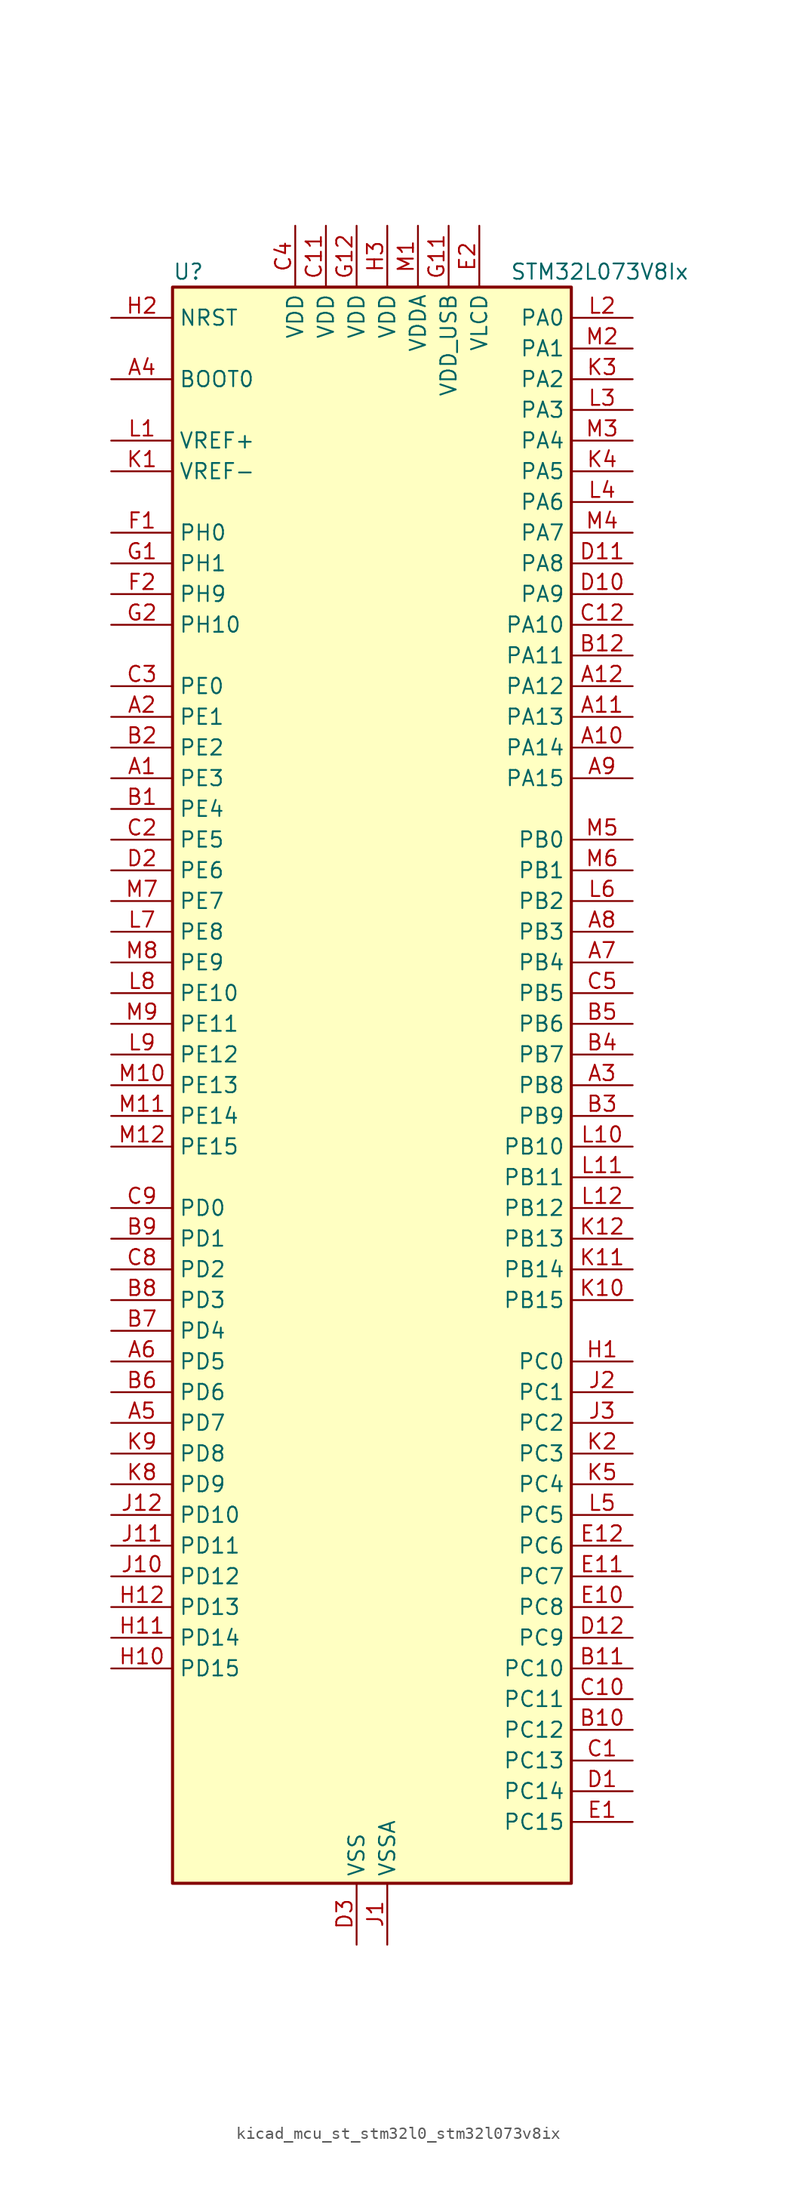
<source format=kicad_sym>
(kicad_symbol_lib
  (version 20220914)
  (generator kicad_symbol_editor)
  (symbol "kicad_mcu_st_stm32l0_stm32l073v8ix"
    (property "Reference" "U"
      (at -15.24 67.31 0)
      (effects (font (size 1.27 1.27)) (justify left)))
    (property "Value" "STM32L073V8Ix"
      (at 12.7 67.31 0)
      (effects (font (size 1.27 1.27)) (justify left)))
    (property "ki_locked" ""
      (at 0 0 0)
      (effects (font (size 1.27 1.27))))
    (symbol "kicad_mcu_st_stm32l0_stm32l073v8ix_0_1"
      (rectangle (start -15.24 -66.04) (end 17.78 66.04) (stroke (width 0.254) (type default)) (fill (type background))))
    (symbol "kicad_mcu_st_stm32l0_stm32l073v8ix_1_1"
      (pin bidirectional line (at -20.32 25.4 0) (length 5.08) (name "PE3" (effects (font (size 1.27 1.27)))) (number "A1" (effects (font (size 1.27 1.27)))) (alternate "LCD_SEG39" bidirectional line) (alternate "TIM22_CH1" bidirectional line) (alternate "TIM3_CH1" bidirectional line))
      (pin bidirectional line (at 22.86 27.94 180) (length 5.08) (name "PA14" (effects (font (size 1.27 1.27)))) (number "A10" (effects (font (size 1.27 1.27)))) (alternate "LPUART1_TX" bidirectional line) (alternate "SYS_SWCLK" bidirectional line) (alternate "USART2_TX" bidirectional line))
      (pin bidirectional line (at 22.86 30.48 180) (length 5.08) (name "PA13" (effects (font (size 1.27 1.27)))) (number "A11" (effects (font (size 1.27 1.27)))) (alternate "LPUART1_RX" bidirectional line) (alternate "SYS_SWDIO" bidirectional line) (alternate "USB_NOE" bidirectional line))
      (pin bidirectional line (at 22.86 33.02 180) (length 5.08) (name "PA12" (effects (font (size 1.27 1.27)))) (number "A12" (effects (font (size 1.27 1.27)))) (alternate "COMP2_OUT" bidirectional line) (alternate "SPI1_MOSI" bidirectional line) (alternate "TSC_G4_IO4" bidirectional line) (alternate "USART1_DE" bidirectional line) (alternate "USART1_RTS" bidirectional line) (alternate "USB_DP" bidirectional line))
      (pin bidirectional line (at -20.32 30.48 0) (length 5.08) (name "PE1" (effects (font (size 1.27 1.27)))) (number "A2" (effects (font (size 1.27 1.27)))) (alternate "LCD_SEG37" bidirectional line))
      (pin bidirectional line (at 22.86 0 180) (length 5.08) (name "PB8" (effects (font (size 1.27 1.27)))) (number "A3" (effects (font (size 1.27 1.27)))) (alternate "I2C1_SCL" bidirectional line) (alternate "LCD_SEG16" bidirectional line) (alternate "TSC_SYNC" bidirectional line))
      (pin input line (at -20.32 58.42 0) (length 5.08) (name "BOOT0" (effects (font (size 1.27 1.27)))) (number "A4" (effects (font (size 1.27 1.27)))))
      (pin bidirectional line (at -20.32 -27.94 0) (length 5.08) (name "PD7" (effects (font (size 1.27 1.27)))) (number "A5" (effects (font (size 1.27 1.27)))) (alternate "TIM21_CH2" bidirectional line) (alternate "USART2_CK" bidirectional line))
      (pin bidirectional line (at -20.32 -22.86 0) (length 5.08) (name "PD5" (effects (font (size 1.27 1.27)))) (number "A6" (effects (font (size 1.27 1.27)))) (alternate "USART2_TX" bidirectional line))
      (pin bidirectional line (at 22.86 10.16 180) (length 5.08) (name "PB4" (effects (font (size 1.27 1.27)))) (number "A7" (effects (font (size 1.27 1.27)))) (alternate "COMP2_INP" bidirectional line) (alternate "I2C3_SDA" bidirectional line) (alternate "LCD_SEG8" bidirectional line) (alternate "SPI1_MISO" bidirectional line) (alternate "TIM22_CH1" bidirectional line) (alternate "TIM3_CH1" bidirectional line) (alternate "TSC_G5_IO2" bidirectional line) (alternate "USART1_CTS" bidirectional line) (alternate "USART5_RX" bidirectional line))
      (pin bidirectional line (at 22.86 12.7 180) (length 5.08) (name "PB3" (effects (font (size 1.27 1.27)))) (number "A8" (effects (font (size 1.27 1.27)))) (alternate "COMP2_INM" bidirectional line) (alternate "LCD_SEG7" bidirectional line) (alternate "SPI1_SCK" bidirectional line) (alternate "TIM2_CH2" bidirectional line) (alternate "TSC_G5_IO1" bidirectional line) (alternate "USART1_DE" bidirectional line) (alternate "USART1_RTS" bidirectional line) (alternate "USART5_TX" bidirectional line))
      (pin bidirectional line (at 22.86 25.4 180) (length 5.08) (name "PA15" (effects (font (size 1.27 1.27)))) (number "A9" (effects (font (size 1.27 1.27)))) (alternate "LCD_SEG17" bidirectional line) (alternate "SPI1_NSS" bidirectional line) (alternate "TIM2_CH1" bidirectional line) (alternate "TIM2_ETR" bidirectional line) (alternate "USART2_RX" bidirectional line) (alternate "USART4_DE" bidirectional line) (alternate "USART4_RTS" bidirectional line))
      (pin bidirectional line (at -20.32 22.86 0) (length 5.08) (name "PE4" (effects (font (size 1.27 1.27)))) (number "B1" (effects (font (size 1.27 1.27)))) (alternate "TIM22_CH2" bidirectional line) (alternate "TIM3_CH2" bidirectional line))
      (pin bidirectional line (at 22.86 -53.34 180) (length 5.08) (name "PC12" (effects (font (size 1.27 1.27)))) (number "B10" (effects (font (size 1.27 1.27)))) (alternate "LCD_COM6" bidirectional line) (alternate "LCD_SEG30" bidirectional line) (alternate "LCD_SEG50" bidirectional line) (alternate "USART4_CK" bidirectional line) (alternate "USART5_TX" bidirectional line))
      (pin bidirectional line (at 22.86 -48.26 180) (length 5.08) (name "PC10" (effects (font (size 1.27 1.27)))) (number "B11" (effects (font (size 1.27 1.27)))) (alternate "LCD_COM4" bidirectional line) (alternate "LCD_SEG28" bidirectional line) (alternate "LCD_SEG48" bidirectional line) (alternate "LPUART1_TX" bidirectional line) (alternate "USART4_TX" bidirectional line))
      (pin bidirectional line (at 22.86 35.56 180) (length 5.08) (name "PA11" (effects (font (size 1.27 1.27)))) (number "B12" (effects (font (size 1.27 1.27)))) (alternate "ADC_EXTI11" bidirectional line) (alternate "COMP1_OUT" bidirectional line) (alternate "SPI1_MISO" bidirectional line) (alternate "TSC_G4_IO3" bidirectional line) (alternate "USART1_CTS" bidirectional line) (alternate "USB_DM" bidirectional line))
      (pin bidirectional line (at -20.32 27.94 0) (length 5.08) (name "PE2" (effects (font (size 1.27 1.27)))) (number "B2" (effects (font (size 1.27 1.27)))) (alternate "LCD_SEG38" bidirectional line) (alternate "TIM3_ETR" bidirectional line))
      (pin bidirectional line (at 22.86 -2.54 180) (length 5.08) (name "PB9" (effects (font (size 1.27 1.27)))) (number "B3" (effects (font (size 1.27 1.27)))) (alternate "DAC_EXTI9" bidirectional line) (alternate "I2C1_SDA" bidirectional line) (alternate "I2S2_WS" bidirectional line) (alternate "LCD_COM3" bidirectional line) (alternate "SPI2_NSS" bidirectional line))
      (pin bidirectional line (at 22.86 2.54 180) (length 5.08) (name "PB7" (effects (font (size 1.27 1.27)))) (number "B4" (effects (font (size 1.27 1.27)))) (alternate "COMP2_INP" bidirectional line) (alternate "I2C1_SDA" bidirectional line) (alternate "LPTIM1_IN2" bidirectional line) (alternate "SYS_PVD_IN" bidirectional line) (alternate "TSC_G5_IO4" bidirectional line) (alternate "USART1_RX" bidirectional line) (alternate "USART4_CTS" bidirectional line))
      (pin bidirectional line (at 22.86 5.08 180) (length 5.08) (name "PB6" (effects (font (size 1.27 1.27)))) (number "B5" (effects (font (size 1.27 1.27)))) (alternate "COMP2_INP" bidirectional line) (alternate "I2C1_SCL" bidirectional line) (alternate "LPTIM1_ETR" bidirectional line) (alternate "TSC_G5_IO3" bidirectional line) (alternate "USART1_TX" bidirectional line))
      (pin bidirectional line (at -20.32 -25.4 0) (length 5.08) (name "PD6" (effects (font (size 1.27 1.27)))) (number "B6" (effects (font (size 1.27 1.27)))) (alternate "USART2_RX" bidirectional line))
      (pin bidirectional line (at -20.32 -20.32 0) (length 5.08) (name "PD4" (effects (font (size 1.27 1.27)))) (number "B7" (effects (font (size 1.27 1.27)))) (alternate "I2S2_SD" bidirectional line) (alternate "SPI2_MOSI" bidirectional line) (alternate "USART2_DE" bidirectional line) (alternate "USART2_RTS" bidirectional line))
      (pin bidirectional line (at -20.32 -17.78 0) (length 5.08) (name "PD3" (effects (font (size 1.27 1.27)))) (number "B8" (effects (font (size 1.27 1.27)))) (alternate "I2S2_MCK" bidirectional line) (alternate "LCD_SEG44" bidirectional line) (alternate "SPI2_MISO" bidirectional line) (alternate "USART2_CTS" bidirectional line))
      (pin bidirectional line (at -20.32 -12.7 0) (length 5.08) (name "PD1" (effects (font (size 1.27 1.27)))) (number "B9" (effects (font (size 1.27 1.27)))) (alternate "I2S2_CK" bidirectional line) (alternate "SPI2_SCK" bidirectional line))
      (pin bidirectional line (at 22.86 -55.88 180) (length 5.08) (name "PC13" (effects (font (size 1.27 1.27)))) (number "C1" (effects (font (size 1.27 1.27)))) (alternate "RTC_OUT_ALARM" bidirectional line) (alternate "RTC_OUT_CALIB" bidirectional line) (alternate "RTC_TAMP1" bidirectional line) (alternate "RTC_TS" bidirectional line) (alternate "SYS_WKUP2" bidirectional line))
      (pin bidirectional line (at 22.86 -50.8 180) (length 5.08) (name "PC11" (effects (font (size 1.27 1.27)))) (number "C10" (effects (font (size 1.27 1.27)))) (alternate "ADC_EXTI11" bidirectional line) (alternate "LCD_COM5" bidirectional line) (alternate "LCD_SEG29" bidirectional line) (alternate "LCD_SEG49" bidirectional line) (alternate "LPUART1_RX" bidirectional line) (alternate "USART4_RX" bidirectional line))
      (pin power_in line (at -2.54 71.12 270) (length 5.08) (name "VDD" (effects (font (size 1.27 1.27)))) (number "C11" (effects (font (size 1.27 1.27)))))
      (pin bidirectional line (at 22.86 38.1 180) (length 5.08) (name "PA10" (effects (font (size 1.27 1.27)))) (number "C12" (effects (font (size 1.27 1.27)))) (alternate "I2C1_SDA" bidirectional line) (alternate "LCD_COM2" bidirectional line) (alternate "TSC_G4_IO2" bidirectional line) (alternate "USART1_RX" bidirectional line))
      (pin bidirectional line (at -20.32 20.32 0) (length 5.08) (name "PE5" (effects (font (size 1.27 1.27)))) (number "C2" (effects (font (size 1.27 1.27)))) (alternate "TIM21_CH1" bidirectional line) (alternate "TIM3_CH3" bidirectional line))
      (pin bidirectional line (at -20.32 33.02 0) (length 5.08) (name "PE0" (effects (font (size 1.27 1.27)))) (number "C3" (effects (font (size 1.27 1.27)))) (alternate "LCD_SEG36" bidirectional line))
      (pin power_in line (at -5.08 71.12 270) (length 5.08) (name "VDD" (effects (font (size 1.27 1.27)))) (number "C4" (effects (font (size 1.27 1.27)))))
      (pin bidirectional line (at 22.86 7.62 180) (length 5.08) (name "PB5" (effects (font (size 1.27 1.27)))) (number "C5" (effects (font (size 1.27 1.27)))) (alternate "COMP2_INP" bidirectional line) (alternate "I2C1_SMBA" bidirectional line) (alternate "LCD_SEG9" bidirectional line) (alternate "LPTIM1_IN1" bidirectional line) (alternate "SPI1_MOSI" bidirectional line) (alternate "TIM22_CH2" bidirectional line) (alternate "TIM3_CH2" bidirectional line) (alternate "USART1_CK" bidirectional line) (alternate "USART5_CK" bidirectional line) (alternate "USART5_DE" bidirectional line) (alternate "USART5_RTS" bidirectional line))
      (pin bidirectional line (at -20.32 -15.24 0) (length 5.08) (name "PD2" (effects (font (size 1.27 1.27)))) (number "C8" (effects (font (size 1.27 1.27)))) (alternate "LCD_COM7" bidirectional line) (alternate "LCD_SEG31" bidirectional line) (alternate "LCD_SEG51" bidirectional line) (alternate "LPUART1_DE" bidirectional line) (alternate "LPUART1_RTS" bidirectional line) (alternate "TIM3_ETR" bidirectional line) (alternate "USART5_RX" bidirectional line))
      (pin bidirectional line (at -20.32 -10.16 0) (length 5.08) (name "PD0" (effects (font (size 1.27 1.27)))) (number "C9" (effects (font (size 1.27 1.27)))) (alternate "I2S2_WS" bidirectional line) (alternate "SPI2_NSS" bidirectional line) (alternate "TIM21_CH1" bidirectional line))
      (pin bidirectional line (at 22.86 -58.42 180) (length 5.08) (name "PC14" (effects (font (size 1.27 1.27)))) (number "D1" (effects (font (size 1.27 1.27)))) (alternate "RCC_OSC32_IN" bidirectional line))
      (pin bidirectional line (at 22.86 40.64 180) (length 5.08) (name "PA9" (effects (font (size 1.27 1.27)))) (number "D10" (effects (font (size 1.27 1.27)))) (alternate "DAC_EXTI9" bidirectional line) (alternate "I2C1_SCL" bidirectional line) (alternate "I2C3_SMBA" bidirectional line) (alternate "LCD_COM1" bidirectional line) (alternate "RCC_MCO" bidirectional line) (alternate "TSC_G4_IO1" bidirectional line) (alternate "USART1_TX" bidirectional line))
      (pin bidirectional line (at 22.86 43.18 180) (length 5.08) (name "PA8" (effects (font (size 1.27 1.27)))) (number "D11" (effects (font (size 1.27 1.27)))) (alternate "CRS_SYNC" bidirectional line) (alternate "I2C3_SCL" bidirectional line) (alternate "LCD_COM0" bidirectional line) (alternate "RCC_MCO" bidirectional line) (alternate "USART1_CK" bidirectional line))
      (pin bidirectional line (at 22.86 -45.72 180) (length 5.08) (name "PC9" (effects (font (size 1.27 1.27)))) (number "D12" (effects (font (size 1.27 1.27)))) (alternate "DAC_EXTI9" bidirectional line) (alternate "I2C3_SDA" bidirectional line) (alternate "LCD_SEG27" bidirectional line) (alternate "TIM21_ETR" bidirectional line) (alternate "TIM3_CH4" bidirectional line) (alternate "TSC_G8_IO4" bidirectional line) (alternate "USB_NOE" bidirectional line))
      (pin bidirectional line (at -20.32 17.78 0) (length 5.08) (name "PE6" (effects (font (size 1.27 1.27)))) (number "D2" (effects (font (size 1.27 1.27)))) (alternate "RTC_TAMP3" bidirectional line) (alternate "SYS_WKUP3" bidirectional line) (alternate "TIM21_CH2" bidirectional line) (alternate "TIM3_CH4" bidirectional line))
      (pin power_in line (at 0 -71.12 90) (length 5.08) (name "VSS" (effects (font (size 1.27 1.27)))) (number "D3" (effects (font (size 1.27 1.27)))))
      (pin bidirectional line (at 22.86 -60.96 180) (length 5.08) (name "PC15" (effects (font (size 1.27 1.27)))) (number "E1" (effects (font (size 1.27 1.27)))) (alternate "RCC_OSC32_OUT" bidirectional line))
      (pin bidirectional line (at 22.86 -43.18 180) (length 5.08) (name "PC8" (effects (font (size 1.27 1.27)))) (number "E10" (effects (font (size 1.27 1.27)))) (alternate "LCD_SEG26" bidirectional line) (alternate "TIM22_ETR" bidirectional line) (alternate "TIM3_CH3" bidirectional line) (alternate "TSC_G8_IO3" bidirectional line))
      (pin bidirectional line (at 22.86 -40.64 180) (length 5.08) (name "PC7" (effects (font (size 1.27 1.27)))) (number "E11" (effects (font (size 1.27 1.27)))) (alternate "LCD_SEG25" bidirectional line) (alternate "TIM22_CH2" bidirectional line) (alternate "TIM3_CH2" bidirectional line) (alternate "TSC_G8_IO2" bidirectional line))
      (pin bidirectional line (at 22.86 -38.1 180) (length 5.08) (name "PC6" (effects (font (size 1.27 1.27)))) (number "E12" (effects (font (size 1.27 1.27)))) (alternate "LCD_SEG24" bidirectional line) (alternate "TIM22_CH1" bidirectional line) (alternate "TIM3_CH1" bidirectional line) (alternate "TSC_G8_IO1" bidirectional line))
      (pin power_in line (at 10.16 71.12 270) (length 5.08) (name "VLCD" (effects (font (size 1.27 1.27)))) (number "E2" (effects (font (size 1.27 1.27)))))
      (pin passive line (at 0 -71.12 90) (length 5.08) hide (name "VSS" (effects (font (size 1.27 1.27)))) (number "E3" (effects (font (size 1.27 1.27)))))
      (pin bidirectional line (at -20.32 45.72 0) (length 5.08) (name "PH0" (effects (font (size 1.27 1.27)))) (number "F1" (effects (font (size 1.27 1.27)))) (alternate "CRS_SYNC" bidirectional line) (alternate "RCC_OSC_IN" bidirectional line))
      (pin passive line (at 0 -71.12 90) (length 5.08) hide (name "VSS" (effects (font (size 1.27 1.27)))) (number "F11" (effects (font (size 1.27 1.27)))))
      (pin passive line (at 0 -71.12 90) (length 5.08) hide (name "VSS" (effects (font (size 1.27 1.27)))) (number "F12" (effects (font (size 1.27 1.27)))))
      (pin bidirectional line (at -20.32 40.64 0) (length 5.08) (name "PH9" (effects (font (size 1.27 1.27)))) (number "F2" (effects (font (size 1.27 1.27)))) (alternate "DAC_EXTI9" bidirectional line))
      (pin bidirectional line (at -20.32 43.18 0) (length 5.08) (name "PH1" (effects (font (size 1.27 1.27)))) (number "G1" (effects (font (size 1.27 1.27)))) (alternate "RCC_OSC_OUT" bidirectional line))
      (pin power_in line (at 7.62 71.12 270) (length 5.08) (name "VDD_USB" (effects (font (size 1.27 1.27)))) (number "G11" (effects (font (size 1.27 1.27)))))
      (pin power_in line (at 0 71.12 270) (length 5.08) (name "VDD" (effects (font (size 1.27 1.27)))) (number "G12" (effects (font (size 1.27 1.27)))))
      (pin bidirectional line (at -20.32 38.1 0) (length 5.08) (name "PH10" (effects (font (size 1.27 1.27)))) (number "G2" (effects (font (size 1.27 1.27)))))
      (pin bidirectional line (at 22.86 -22.86 180) (length 5.08) (name "PC0" (effects (font (size 1.27 1.27)))) (number "H1" (effects (font (size 1.27 1.27)))) (alternate "ADC_IN10" bidirectional line) (alternate "I2C3_SCL" bidirectional line) (alternate "LCD_SEG18" bidirectional line) (alternate "LPTIM1_IN1" bidirectional line) (alternate "LPUART1_RX" bidirectional line) (alternate "TSC_G7_IO1" bidirectional line))
      (pin bidirectional line (at -20.32 -48.26 0) (length 5.08) (name "PD15" (effects (font (size 1.27 1.27)))) (number "H10" (effects (font (size 1.27 1.27)))) (alternate "CRS_SYNC" bidirectional line) (alternate "LCD_SEG35" bidirectional line))
      (pin bidirectional line (at -20.32 -45.72 0) (length 5.08) (name "PD14" (effects (font (size 1.27 1.27)))) (number "H11" (effects (font (size 1.27 1.27)))) (alternate "LCD_SEG34" bidirectional line))
      (pin bidirectional line (at -20.32 -43.18 0) (length 5.08) (name "PD13" (effects (font (size 1.27 1.27)))) (number "H12" (effects (font (size 1.27 1.27)))) (alternate "LCD_SEG33" bidirectional line))
      (pin input line (at -20.32 63.5 0) (length 5.08) (name "NRST" (effects (font (size 1.27 1.27)))) (number "H2" (effects (font (size 1.27 1.27)))))
      (pin power_in line (at 2.54 71.12 270) (length 5.08) (name "VDD" (effects (font (size 1.27 1.27)))) (number "H3" (effects (font (size 1.27 1.27)))))
      (pin power_in line (at 2.54 -71.12 90) (length 5.08) (name "VSSA" (effects (font (size 1.27 1.27)))) (number "J1" (effects (font (size 1.27 1.27)))))
      (pin bidirectional line (at -20.32 -40.64 0) (length 5.08) (name "PD12" (effects (font (size 1.27 1.27)))) (number "J10" (effects (font (size 1.27 1.27)))) (alternate "LCD_SEG32" bidirectional line) (alternate "LPUART1_DE" bidirectional line) (alternate "LPUART1_RTS" bidirectional line))
      (pin bidirectional line (at -20.32 -38.1 0) (length 5.08) (name "PD11" (effects (font (size 1.27 1.27)))) (number "J11" (effects (font (size 1.27 1.27)))) (alternate "ADC_EXTI11" bidirectional line) (alternate "LCD_SEG31" bidirectional line) (alternate "LPUART1_CTS" bidirectional line))
      (pin bidirectional line (at -20.32 -35.56 0) (length 5.08) (name "PD10" (effects (font (size 1.27 1.27)))) (number "J12" (effects (font (size 1.27 1.27)))) (alternate "LCD_SEG30" bidirectional line))
      (pin bidirectional line (at 22.86 -25.4 180) (length 5.08) (name "PC1" (effects (font (size 1.27 1.27)))) (number "J2" (effects (font (size 1.27 1.27)))) (alternate "ADC_IN11" bidirectional line) (alternate "I2C3_SDA" bidirectional line) (alternate "LCD_SEG19" bidirectional line) (alternate "LPTIM1_OUT" bidirectional line) (alternate "LPUART1_TX" bidirectional line) (alternate "TSC_G7_IO2" bidirectional line))
      (pin bidirectional line (at 22.86 -27.94 180) (length 5.08) (name "PC2" (effects (font (size 1.27 1.27)))) (number "J3" (effects (font (size 1.27 1.27)))) (alternate "ADC_IN12" bidirectional line) (alternate "I2S2_MCK" bidirectional line) (alternate "LCD_SEG20" bidirectional line) (alternate "LPTIM1_IN2" bidirectional line) (alternate "SPI2_MISO" bidirectional line) (alternate "TSC_G7_IO3" bidirectional line))
      (pin input line (at -20.32 50.8 0) (length 5.08) (name "VREF-" (effects (font (size 1.27 1.27)))) (number "K1" (effects (font (size 1.27 1.27)))))
      (pin bidirectional line (at 22.86 -17.78 180) (length 5.08) (name "PB15" (effects (font (size 1.27 1.27)))) (number "K10" (effects (font (size 1.27 1.27)))) (alternate "I2S2_SD" bidirectional line) (alternate "LCD_SEG15" bidirectional line) (alternate "RTC_REFIN" bidirectional line) (alternate "SPI2_MOSI" bidirectional line))
      (pin bidirectional line (at 22.86 -15.24 180) (length 5.08) (name "PB14" (effects (font (size 1.27 1.27)))) (number "K11" (effects (font (size 1.27 1.27)))) (alternate "I2C2_SDA" bidirectional line) (alternate "I2S2_MCK" bidirectional line) (alternate "LCD_SEG14" bidirectional line) (alternate "LPUART1_DE" bidirectional line) (alternate "LPUART1_RTS" bidirectional line) (alternate "RTC_OUT_ALARM" bidirectional line) (alternate "RTC_OUT_CALIB" bidirectional line) (alternate "SPI2_MISO" bidirectional line) (alternate "TIM21_CH2" bidirectional line) (alternate "TSC_G6_IO4" bidirectional line))
      (pin bidirectional line (at 22.86 -12.7 180) (length 5.08) (name "PB13" (effects (font (size 1.27 1.27)))) (number "K12" (effects (font (size 1.27 1.27)))) (alternate "I2C2_SCL" bidirectional line) (alternate "I2S2_CK" bidirectional line) (alternate "LCD_SEG13" bidirectional line) (alternate "LPUART1_CTS" bidirectional line) (alternate "RCC_MCO" bidirectional line) (alternate "SPI2_SCK" bidirectional line) (alternate "TIM21_CH1" bidirectional line) (alternate "TSC_G6_IO3" bidirectional line))
      (pin bidirectional line (at 22.86 -30.48 180) (length 5.08) (name "PC3" (effects (font (size 1.27 1.27)))) (number "K2" (effects (font (size 1.27 1.27)))) (alternate "ADC_IN13" bidirectional line) (alternate "I2S2_SD" bidirectional line) (alternate "LCD_SEG21" bidirectional line) (alternate "LPTIM1_ETR" bidirectional line) (alternate "SPI2_MOSI" bidirectional line) (alternate "TSC_G7_IO4" bidirectional line))
      (pin bidirectional line (at 22.86 58.42 180) (length 5.08) (name "PA2" (effects (font (size 1.27 1.27)))) (number "K3" (effects (font (size 1.27 1.27)))) (alternate "ADC_IN2" bidirectional line) (alternate "COMP2_INM" bidirectional line) (alternate "COMP2_OUT" bidirectional line) (alternate "LCD_SEG1" bidirectional line) (alternate "LPUART1_TX" bidirectional line) (alternate "TIM21_CH1" bidirectional line) (alternate "TIM2_CH3" bidirectional line) (alternate "TSC_G1_IO3" bidirectional line) (alternate "USART2_TX" bidirectional line))
      (pin bidirectional line (at 22.86 50.8 180) (length 5.08) (name "PA5" (effects (font (size 1.27 1.27)))) (number "K4" (effects (font (size 1.27 1.27)))) (alternate "ADC_IN5" bidirectional line) (alternate "COMP1_INM" bidirectional line) (alternate "COMP2_INM" bidirectional line) (alternate "DAC_OUT2" bidirectional line) (alternate "SPI1_SCK" bidirectional line) (alternate "TIM2_CH1" bidirectional line) (alternate "TIM2_ETR" bidirectional line) (alternate "TSC_G2_IO2" bidirectional line))
      (pin bidirectional line (at 22.86 -33.02 180) (length 5.08) (name "PC4" (effects (font (size 1.27 1.27)))) (number "K5" (effects (font (size 1.27 1.27)))) (alternate "ADC_IN14" bidirectional line) (alternate "LCD_SEG22" bidirectional line) (alternate "LPUART1_TX" bidirectional line))
      (pin bidirectional line (at -20.32 -33.02 0) (length 5.08) (name "PD9" (effects (font (size 1.27 1.27)))) (number "K8" (effects (font (size 1.27 1.27)))) (alternate "DAC_EXTI9" bidirectional line) (alternate "LCD_SEG29" bidirectional line) (alternate "LPUART1_RX" bidirectional line))
      (pin bidirectional line (at -20.32 -30.48 0) (length 5.08) (name "PD8" (effects (font (size 1.27 1.27)))) (number "K9" (effects (font (size 1.27 1.27)))) (alternate "LCD_SEG28" bidirectional line) (alternate "LPUART1_TX" bidirectional line))
      (pin input line (at -20.32 53.34 0) (length 5.08) (name "VREF+" (effects (font (size 1.27 1.27)))) (number "L1" (effects (font (size 1.27 1.27)))))
      (pin bidirectional line (at 22.86 -5.08 180) (length 5.08) (name "PB10" (effects (font (size 1.27 1.27)))) (number "L10" (effects (font (size 1.27 1.27)))) (alternate "I2C2_SCL" bidirectional line) (alternate "LCD_SEG10" bidirectional line) (alternate "LPUART1_RX" bidirectional line) (alternate "LPUART1_TX" bidirectional line) (alternate "SPI2_SCK" bidirectional line) (alternate "TIM2_CH3" bidirectional line) (alternate "TSC_SYNC" bidirectional line))
      (pin bidirectional line (at 22.86 -7.62 180) (length 5.08) (name "PB11" (effects (font (size 1.27 1.27)))) (number "L11" (effects (font (size 1.27 1.27)))) (alternate "ADC_EXTI11" bidirectional line) (alternate "I2C2_SDA" bidirectional line) (alternate "LCD_SEG11" bidirectional line) (alternate "LPUART1_RX" bidirectional line) (alternate "LPUART1_TX" bidirectional line) (alternate "TIM2_CH4" bidirectional line) (alternate "TSC_G6_IO1" bidirectional line))
      (pin bidirectional line (at 22.86 -10.16 180) (length 5.08) (name "PB12" (effects (font (size 1.27 1.27)))) (number "L12" (effects (font (size 1.27 1.27)))) (alternate "I2S2_WS" bidirectional line) (alternate "LCD_SEG12" bidirectional line) (alternate "LCD_VLCD2" bidirectional line) (alternate "LPUART1_DE" bidirectional line) (alternate "LPUART1_RTS" bidirectional line) (alternate "SPI2_NSS" bidirectional line) (alternate "TSC_G6_IO2" bidirectional line))
      (pin bidirectional line (at 22.86 63.5 180) (length 5.08) (name "PA0" (effects (font (size 1.27 1.27)))) (number "L2" (effects (font (size 1.27 1.27)))) (alternate "ADC_IN0" bidirectional line) (alternate "COMP1_INM" bidirectional line) (alternate "COMP1_OUT" bidirectional line) (alternate "RTC_TAMP2" bidirectional line) (alternate "SYS_WKUP1" bidirectional line) (alternate "TIM2_CH1" bidirectional line) (alternate "TIM2_ETR" bidirectional line) (alternate "TSC_G1_IO1" bidirectional line) (alternate "USART2_CTS" bidirectional line) (alternate "USART4_TX" bidirectional line))
      (pin bidirectional line (at 22.86 55.88 180) (length 5.08) (name "PA3" (effects (font (size 1.27 1.27)))) (number "L3" (effects (font (size 1.27 1.27)))) (alternate "ADC_IN3" bidirectional line) (alternate "COMP2_INP" bidirectional line) (alternate "LCD_SEG2" bidirectional line) (alternate "LPUART1_RX" bidirectional line) (alternate "TIM21_CH2" bidirectional line) (alternate "TIM2_CH4" bidirectional line) (alternate "TSC_G1_IO4" bidirectional line) (alternate "USART2_RX" bidirectional line))
      (pin bidirectional line (at 22.86 48.26 180) (length 5.08) (name "PA6" (effects (font (size 1.27 1.27)))) (number "L4" (effects (font (size 1.27 1.27)))) (alternate "ADC_IN6" bidirectional line) (alternate "COMP1_OUT" bidirectional line) (alternate "LCD_SEG3" bidirectional line) (alternate "LPUART1_CTS" bidirectional line) (alternate "SPI1_MISO" bidirectional line) (alternate "TIM22_CH1" bidirectional line) (alternate "TIM3_CH1" bidirectional line) (alternate "TSC_G2_IO3" bidirectional line))
      (pin bidirectional line (at 22.86 -35.56 180) (length 5.08) (name "PC5" (effects (font (size 1.27 1.27)))) (number "L5" (effects (font (size 1.27 1.27)))) (alternate "ADC_IN15" bidirectional line) (alternate "LCD_SEG23" bidirectional line) (alternate "LPUART1_RX" bidirectional line) (alternate "TSC_G3_IO1" bidirectional line))
      (pin bidirectional line (at 22.86 15.24 180) (length 5.08) (name "PB2" (effects (font (size 1.27 1.27)))) (number "L6" (effects (font (size 1.27 1.27)))) (alternate "I2C3_SMBA" bidirectional line) (alternate "LCD_VLCD2" bidirectional line) (alternate "LPTIM1_OUT" bidirectional line) (alternate "TSC_G3_IO4" bidirectional line))
      (pin bidirectional line (at -20.32 12.7 0) (length 5.08) (name "PE8" (effects (font (size 1.27 1.27)))) (number "L7" (effects (font (size 1.27 1.27)))) (alternate "LCD_SEG46" bidirectional line) (alternate "USART4_TX" bidirectional line))
      (pin bidirectional line (at -20.32 7.62 0) (length 5.08) (name "PE10" (effects (font (size 1.27 1.27)))) (number "L8" (effects (font (size 1.27 1.27)))) (alternate "LCD_SEG40" bidirectional line) (alternate "TIM2_CH2" bidirectional line) (alternate "USART5_TX" bidirectional line))
      (pin bidirectional line (at -20.32 2.54 0) (length 5.08) (name "PE12" (effects (font (size 1.27 1.27)))) (number "L9" (effects (font (size 1.27 1.27)))) (alternate "LCD_VLCD3" bidirectional line) (alternate "SPI1_NSS" bidirectional line) (alternate "TIM2_CH4" bidirectional line))
      (pin power_in line (at 5.08 71.12 270) (length 5.08) (name "VDDA" (effects (font (size 1.27 1.27)))) (number "M1" (effects (font (size 1.27 1.27)))))
      (pin bidirectional line (at -20.32 0 0) (length 5.08) (name "PE13" (effects (font (size 1.27 1.27)))) (number "M10" (effects (font (size 1.27 1.27)))) (alternate "LCD_SEG41" bidirectional line) (alternate "SPI1_SCK" bidirectional line))
      (pin bidirectional line (at -20.32 -2.54 0) (length 5.08) (name "PE14" (effects (font (size 1.27 1.27)))) (number "M11" (effects (font (size 1.27 1.27)))) (alternate "LCD_SEG42" bidirectional line) (alternate "SPI1_MISO" bidirectional line))
      (pin bidirectional line (at -20.32 -5.08 0) (length 5.08) (name "PE15" (effects (font (size 1.27 1.27)))) (number "M12" (effects (font (size 1.27 1.27)))) (alternate "LCD_SEG43" bidirectional line) (alternate "SPI1_MOSI" bidirectional line))
      (pin bidirectional line (at 22.86 60.96 180) (length 5.08) (name "PA1" (effects (font (size 1.27 1.27)))) (number "M2" (effects (font (size 1.27 1.27)))) (alternate "ADC_IN1" bidirectional line) (alternate "COMP1_INP" bidirectional line) (alternate "LCD_SEG0" bidirectional line) (alternate "TIM21_ETR" bidirectional line) (alternate "TIM2_CH2" bidirectional line) (alternate "TSC_G1_IO2" bidirectional line) (alternate "USART2_DE" bidirectional line) (alternate "USART2_RTS" bidirectional line) (alternate "USART4_RX" bidirectional line))
      (pin bidirectional line (at 22.86 53.34 180) (length 5.08) (name "PA4" (effects (font (size 1.27 1.27)))) (number "M3" (effects (font (size 1.27 1.27)))) (alternate "ADC_IN4" bidirectional line) (alternate "COMP1_INM" bidirectional line) (alternate "COMP2_INM" bidirectional line) (alternate "DAC_OUT1" bidirectional line) (alternate "SPI1_NSS" bidirectional line) (alternate "TIM22_ETR" bidirectional line) (alternate "TSC_G2_IO1" bidirectional line) (alternate "USART2_CK" bidirectional line))
      (pin bidirectional line (at 22.86 45.72 180) (length 5.08) (name "PA7" (effects (font (size 1.27 1.27)))) (number "M4" (effects (font (size 1.27 1.27)))) (alternate "ADC_IN7" bidirectional line) (alternate "COMP2_OUT" bidirectional line) (alternate "LCD_SEG4" bidirectional line) (alternate "SPI1_MOSI" bidirectional line) (alternate "TIM22_CH2" bidirectional line) (alternate "TIM3_CH2" bidirectional line) (alternate "TSC_G2_IO4" bidirectional line))
      (pin bidirectional line (at 22.86 20.32 180) (length 5.08) (name "PB0" (effects (font (size 1.27 1.27)))) (number "M5" (effects (font (size 1.27 1.27)))) (alternate "ADC_IN8" bidirectional line) (alternate "LCD_SEG5" bidirectional line) (alternate "LCD_VLCD3" bidirectional line) (alternate "SYS_VREF_OUT_PB0" bidirectional line) (alternate "TIM3_CH3" bidirectional line) (alternate "TSC_G3_IO2" bidirectional line))
      (pin bidirectional line (at 22.86 17.78 180) (length 5.08) (name "PB1" (effects (font (size 1.27 1.27)))) (number "M6" (effects (font (size 1.27 1.27)))) (alternate "ADC_IN9" bidirectional line) (alternate "LCD_SEG6" bidirectional line) (alternate "LPUART1_DE" bidirectional line) (alternate "LPUART1_RTS" bidirectional line) (alternate "SYS_VREF_OUT_PB1" bidirectional line) (alternate "TIM3_CH4" bidirectional line) (alternate "TSC_G3_IO3" bidirectional line))
      (pin bidirectional line (at -20.32 15.24 0) (length 5.08) (name "PE7" (effects (font (size 1.27 1.27)))) (number "M7" (effects (font (size 1.27 1.27)))) (alternate "LCD_SEG45" bidirectional line) (alternate "USART5_CK" bidirectional line) (alternate "USART5_DE" bidirectional line) (alternate "USART5_RTS" bidirectional line))
      (pin bidirectional line (at -20.32 10.16 0) (length 5.08) (name "PE9" (effects (font (size 1.27 1.27)))) (number "M8" (effects (font (size 1.27 1.27)))) (alternate "DAC_EXTI9" bidirectional line) (alternate "LCD_SEG47" bidirectional line) (alternate "TIM2_CH1" bidirectional line) (alternate "TIM2_ETR" bidirectional line) (alternate "USART4_RX" bidirectional line))
      (pin bidirectional line (at -20.32 5.08 0) (length 5.08) (name "PE11" (effects (font (size 1.27 1.27)))) (number "M9" (effects (font (size 1.27 1.27)))) (alternate "ADC_EXTI11" bidirectional line) (alternate "LCD_VLCD1" bidirectional line) (alternate "TIM2_CH3" bidirectional line) (alternate "USART5_RX" bidirectional line)))))
</source>
